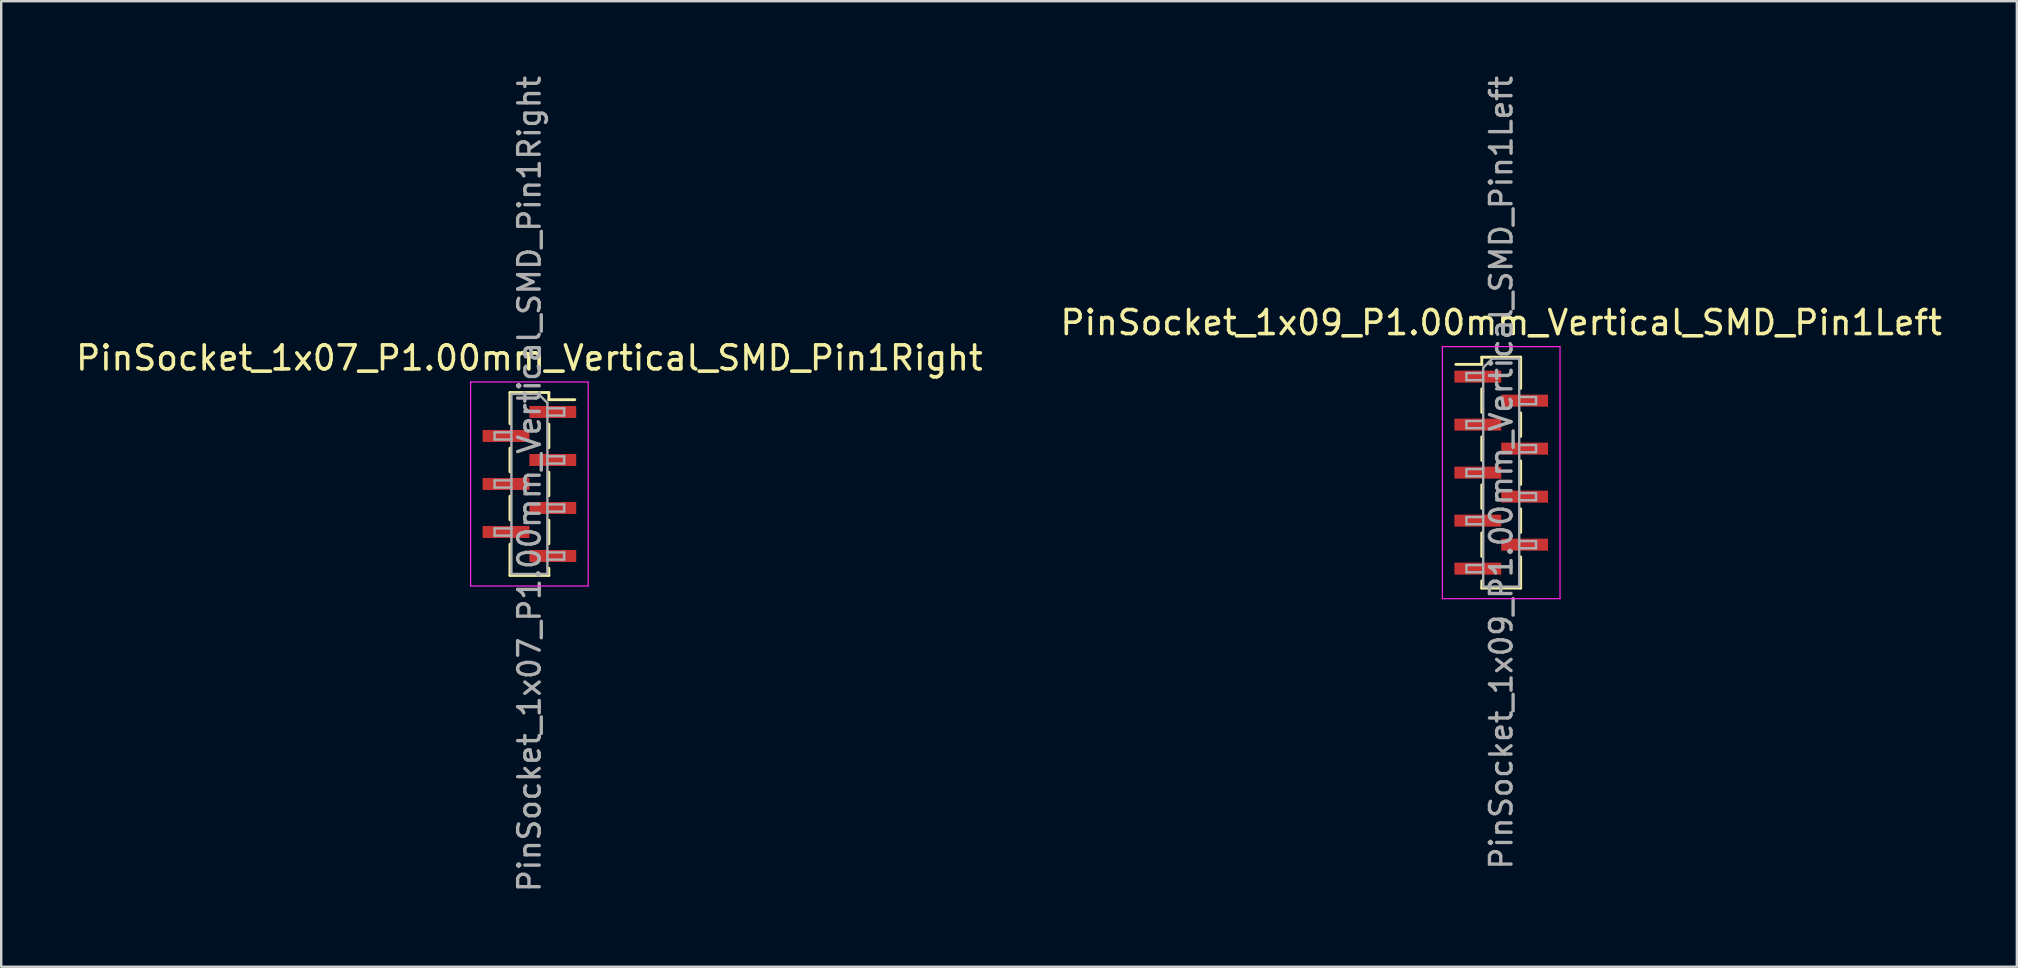
<source format=kicad_pcb>
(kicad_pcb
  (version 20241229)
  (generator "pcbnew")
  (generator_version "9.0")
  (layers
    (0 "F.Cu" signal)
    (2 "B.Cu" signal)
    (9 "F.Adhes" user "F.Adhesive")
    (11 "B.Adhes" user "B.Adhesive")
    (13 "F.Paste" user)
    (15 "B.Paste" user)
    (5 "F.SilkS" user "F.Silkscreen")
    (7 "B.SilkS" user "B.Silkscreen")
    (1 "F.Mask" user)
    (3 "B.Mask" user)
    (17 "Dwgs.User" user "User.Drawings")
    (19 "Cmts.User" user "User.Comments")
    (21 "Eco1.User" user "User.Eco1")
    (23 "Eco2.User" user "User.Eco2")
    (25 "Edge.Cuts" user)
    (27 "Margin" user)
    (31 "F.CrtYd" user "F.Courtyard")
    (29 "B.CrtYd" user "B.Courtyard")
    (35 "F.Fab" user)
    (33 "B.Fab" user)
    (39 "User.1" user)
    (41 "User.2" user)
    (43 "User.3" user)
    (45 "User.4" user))
  (footprint "PinSocket_1x09_P1.00mm_Vertical_SMD_Pin1Left"
    (layer "F.Cu")
    (at 59.494 16.641)
    (property "Reference" "PinSocket_1x09_P1.00mm_Vertical_SMD_Pin1Left" (at 0 -6.25 0) (layer "F.SilkS") (effects (font (size 1 1) (thickness 0.15))))
    (attr smd)
    (fp_line (start -1.89 -4.51) (end -0.81 -4.51) (stroke (width 0.12) (type solid)) (layer "F.SilkS"))
    (fp_line (start -0.81 -4.81) (end -0.81 -4.51) (stroke (width 0.12) (type solid)) (layer "F.SilkS"))
    (fp_line (start -0.81 -4.81) (end 0.81 -4.81) (stroke (width 0.12) (type solid)) (layer "F.SilkS"))
    (fp_line (start -0.81 -3.49) (end -0.81 -2.51) (stroke (width 0.12) (type solid)) (layer "F.SilkS"))
    (fp_line (start -0.81 -1.49) (end -0.81 -0.51) (stroke (width 0.12) (type solid)) (layer "F.SilkS"))
    (fp_line (start -0.81 0.51) (end -0.81 1.49) (stroke (width 0.12) (type solid)) (layer "F.SilkS"))
    (fp_line (start -0.81 2.51) (end -0.81 3.49) (stroke (width 0.12) (type solid)) (layer "F.SilkS"))
    (fp_line (start -0.81 4.51) (end -0.81 4.81) (stroke (width 0.12) (type solid)) (layer "F.SilkS"))
    (fp_line (start -0.81 4.81) (end 0.81 4.81) (stroke (width 0.12) (type solid)) (layer "F.SilkS"))
    (fp_line (start 0.81 -4.81) (end 0.81 -3.51) (stroke (width 0.12) (type solid)) (layer "F.SilkS"))
    (fp_line (start 0.81 -2.49) (end 0.81 -1.51) (stroke (width 0.12) (type solid)) (layer "F.SilkS"))
    (fp_line (start 0.81 -0.49) (end 0.81 0.49) (stroke (width 0.12) (type solid)) (layer "F.SilkS"))
    (fp_line (start 0.81 1.51) (end 0.81 2.49) (stroke (width 0.12) (type solid)) (layer "F.SilkS"))
    (fp_line (start 0.81 3.51) (end 0.81 4.81) (stroke (width 0.12) (type solid)) (layer "F.SilkS"))
    (fp_line (start -2.45 -5.25) (end 2.45 -5.25) (stroke (width 0.05) (type solid)) (layer "F.CrtYd"))
    (fp_line (start -2.45 5.25) (end -2.45 -5.25) (stroke (width 0.05) (type solid)) (layer "F.CrtYd"))
    (fp_line (start 2.45 -5.25) (end 2.45 5.25) (stroke (width 0.05) (type solid)) (layer "F.CrtYd"))
    (fp_line (start 2.45 5.25) (end -2.45 5.25) (stroke (width 0.05) (type solid)) (layer "F.CrtYd"))
    (fp_line (start -1.45 -4.15) (end -0.75 -4.15) (stroke (width 0.1) (type solid)) (layer "F.Fab"))
    (fp_line (start -1.45 -3.85) (end -1.45 -4.15) (stroke (width 0.1) (type solid)) (layer "F.Fab"))
    (fp_line (start -1.45 -2.15) (end -0.75 -2.15) (stroke (width 0.1) (type solid)) (layer "F.Fab"))
    (fp_line (start -1.45 -1.85) (end -1.45 -2.15) (stroke (width 0.1) (type solid)) (layer "F.Fab"))
    (fp_line (start -1.45 -0.15) (end -0.75 -0.15) (stroke (width 0.1) (type solid)) (layer "F.Fab"))
    (fp_line (start -1.45 0.15) (end -1.45 -0.15) (stroke (width 0.1) (type solid)) (layer "F.Fab"))
    (fp_line (start -1.45 1.85) (end -0.75 1.85) (stroke (width 0.1) (type solid)) (layer "F.Fab"))
    (fp_line (start -1.45 2.15) (end -1.45 1.85) (stroke (width 0.1) (type solid)) (layer "F.Fab"))
    (fp_line (start -1.45 3.85) (end -0.75 3.85) (stroke (width 0.1) (type solid)) (layer "F.Fab"))
    (fp_line (start -1.45 4.15) (end -1.45 3.85) (stroke (width 0.1) (type solid)) (layer "F.Fab"))
    (fp_line (start -0.75 -4.375) (end -0.375 -4.75) (stroke (width 0.1) (type solid)) (layer "F.Fab"))
    (fp_line (start -0.75 -3.85) (end -1.45 -3.85) (stroke (width 0.1) (type solid)) (layer "F.Fab"))
    (fp_line (start -0.75 -1.85) (end -1.45 -1.85) (stroke (width 0.1) (type solid)) (layer "F.Fab"))
    (fp_line (start -0.75 0.15) (end -1.45 0.15) (stroke (width 0.1) (type solid)) (layer "F.Fab"))
    (fp_line (start -0.75 2.15) (end -1.45 2.15) (stroke (width 0.1) (type solid)) (layer "F.Fab"))
    (fp_line (start -0.75 4.15) (end -1.45 4.15) (stroke (width 0.1) (type solid)) (layer "F.Fab"))
    (fp_line (start -0.75 4.75) (end -0.75 -4.375) (stroke (width 0.1) (type solid)) (layer "F.Fab"))
    (fp_line (start -0.375 -4.75) (end 0.75 -4.75) (stroke (width 0.1) (type solid)) (layer "F.Fab"))
    (fp_line (start 0.75 -4.75) (end 0.75 4.75) (stroke (width 0.1) (type solid)) (layer "F.Fab"))
    (fp_line (start 0.75 -3.15) (end 1.45 -3.15) (stroke (width 0.1) (type solid)) (layer "F.Fab"))
    (fp_line (start 0.75 -1.15) (end 1.45 -1.15) (stroke (width 0.1) (type solid)) (layer "F.Fab"))
    (fp_line (start 0.75 0.85) (end 1.45 0.85) (stroke (width 0.1) (type solid)) (layer "F.Fab"))
    (fp_line (start 0.75 2.85) (end 1.45 2.85) (stroke (width 0.1) (type solid)) (layer "F.Fab"))
    (fp_line (start 0.75 4.75) (end -0.75 4.75) (stroke (width 0.1) (type solid)) (layer "F.Fab"))
    (fp_line (start 1.45 -3.15) (end 1.45 -2.85) (stroke (width 0.1) (type solid)) (layer "F.Fab"))
    (fp_line (start 1.45 -2.85) (end 0.75 -2.85) (stroke (width 0.1) (type solid)) (layer "F.Fab"))
    (fp_line (start 1.45 -1.15) (end 1.45 -0.85) (stroke (width 0.1) (type solid)) (layer "F.Fab"))
    (fp_line (start 1.45 -0.85) (end 0.75 -0.85) (stroke (width 0.1) (type solid)) (layer "F.Fab"))
    (fp_line (start 1.45 0.85) (end 1.45 1.15) (stroke (width 0.1) (type solid)) (layer "F.Fab"))
    (fp_line (start 1.45 1.15) (end 0.75 1.15) (stroke (width 0.1) (type solid)) (layer "F.Fab"))
    (fp_line (start 1.45 2.85) (end 1.45 3.15) (stroke (width 0.1) (type solid)) (layer "F.Fab"))
    (fp_line (start 1.45 3.15) (end 0.75 3.15) (stroke (width 0.1) (type solid)) (layer "F.Fab"))
    (fp_text user "${REFERENCE}" (at 0 0 90) (layer "F.Fab") (effects (font (size 0.9 0.9) (thickness 0.14))))
    (pad "1" smd rect (at -0.975 -4) (size 1.95 0.5) (layers "F.Cu" "F.Mask" "F.Paste"))
    (pad "2" smd rect (at 0.975 -3) (size 1.95 0.5) (layers "F.Cu" "F.Mask" "F.Paste"))
    (pad "3" smd rect (at -0.975 -2) (size 1.95 0.5) (layers "F.Cu" "F.Mask" "F.Paste"))
    (pad "4" smd rect (at 0.975 -1) (size 1.95 0.5) (layers "F.Cu" "F.Mask" "F.Paste"))
    (pad "5" smd rect (at -0.975 0) (size 1.95 0.5) (layers "F.Cu" "F.Mask" "F.Paste"))
    (pad "6" smd rect (at 0.975 1) (size 1.95 0.5) (layers "F.Cu" "F.Mask" "F.Paste"))
    (pad "7" smd rect (at -0.975 2) (size 1.95 0.5) (layers "F.Cu" "F.Mask" "F.Paste"))
    (pad "8" smd rect (at 0.975 3) (size 1.95 0.5) (layers "F.Cu" "F.Mask" "F.Paste"))
    (pad "9" smd rect (at -0.975 4) (size 1.95 0.5) (layers "F.Cu" "F.Mask" "F.Paste")))
  (footprint "PinSocket_1x07_P1.00mm_Vertical_SMD_Pin1Right"
    (layer "F.Cu")
    (at 19.006 17.113)
    (property "Reference" "PinSocket_1x07_P1.00mm_Vertical_SMD_Pin1Right" (at 0 -5.25 0) (layer "F.SilkS") (effects (font (size 1 1) (thickness 0.15))))
    (attr smd)
    (fp_line (start -0.81 -3.81) (end -0.81 -2.51) (stroke (width 0.12) (type solid)) (layer "F.SilkS"))
    (fp_line (start -0.81 -3.81) (end 0.81 -3.81) (stroke (width 0.12) (type solid)) (layer "F.SilkS"))
    (fp_line (start -0.81 -1.49) (end -0.81 -0.51) (stroke (width 0.12) (type solid)) (layer "F.SilkS"))
    (fp_line (start -0.81 0.51) (end -0.81 1.49) (stroke (width 0.12) (type solid)) (layer "F.SilkS"))
    (fp_line (start -0.81 2.51) (end -0.81 3.81) (stroke (width 0.12) (type solid)) (layer "F.SilkS"))
    (fp_line (start -0.81 3.81) (end 0.81 3.81) (stroke (width 0.12) (type solid)) (layer "F.SilkS"))
    (fp_line (start 0.81 -3.81) (end 0.81 -3.51) (stroke (width 0.12) (type solid)) (layer "F.SilkS"))
    (fp_line (start 0.81 -3.51) (end 1.89 -3.51) (stroke (width 0.12) (type solid)) (layer "F.SilkS"))
    (fp_line (start 0.81 -2.49) (end 0.81 -1.51) (stroke (width 0.12) (type solid)) (layer "F.SilkS"))
    (fp_line (start 0.81 -0.49) (end 0.81 0.49) (stroke (width 0.12) (type solid)) (layer "F.SilkS"))
    (fp_line (start 0.81 1.51) (end 0.81 2.49) (stroke (width 0.12) (type solid)) (layer "F.SilkS"))
    (fp_line (start 0.81 3.51) (end 0.81 3.81) (stroke (width 0.12) (type solid)) (layer "F.SilkS"))
    (fp_line (start -2.45 -4.25) (end 2.45 -4.25) (stroke (width 0.05) (type solid)) (layer "F.CrtYd"))
    (fp_line (start -2.45 4.25) (end -2.45 -4.25) (stroke (width 0.05) (type solid)) (layer "F.CrtYd"))
    (fp_line (start 2.45 -4.25) (end 2.45 4.25) (stroke (width 0.05) (type solid)) (layer "F.CrtYd"))
    (fp_line (start 2.45 4.25) (end -2.45 4.25) (stroke (width 0.05) (type solid)) (layer "F.CrtYd"))
    (fp_line (start -1.45 -2.15) (end -0.75 -2.15) (stroke (width 0.1) (type solid)) (layer "F.Fab"))
    (fp_line (start -1.45 -1.85) (end -1.45 -2.15) (stroke (width 0.1) (type solid)) (layer "F.Fab"))
    (fp_line (start -1.45 -0.15) (end -0.75 -0.15) (stroke (width 0.1) (type solid)) (layer "F.Fab"))
    (fp_line (start -1.45 0.15) (end -1.45 -0.15) (stroke (width 0.1) (type solid)) (layer "F.Fab"))
    (fp_line (start -1.45 1.85) (end -0.75 1.85) (stroke (width 0.1) (type solid)) (layer "F.Fab"))
    (fp_line (start -1.45 2.15) (end -1.45 1.85) (stroke (width 0.1) (type solid)) (layer "F.Fab"))
    (fp_line (start -0.75 -3.75) (end 0.375 -3.75) (stroke (width 0.1) (type solid)) (layer "F.Fab"))
    (fp_line (start -0.75 -1.85) (end -1.45 -1.85) (stroke (width 0.1) (type solid)) (layer "F.Fab"))
    (fp_line (start -0.75 0.15) (end -1.45 0.15) (stroke (width 0.1) (type solid)) (layer "F.Fab"))
    (fp_line (start -0.75 2.15) (end -1.45 2.15) (stroke (width 0.1) (type solid)) (layer "F.Fab"))
    (fp_line (start -0.75 3.75) (end -0.75 -3.75) (stroke (width 0.1) (type solid)) (layer "F.Fab"))
    (fp_line (start 0.375 -3.75) (end 0.75 -3.375) (stroke (width 0.1) (type solid)) (layer "F.Fab"))
    (fp_line (start 0.75 -3.375) (end 0.75 3.75) (stroke (width 0.1) (type solid)) (layer "F.Fab"))
    (fp_line (start 0.75 -3.15) (end 1.45 -3.15) (stroke (width 0.1) (type solid)) (layer "F.Fab"))
    (fp_line (start 0.75 -1.15) (end 1.45 -1.15) (stroke (width 0.1) (type solid)) (layer "F.Fab"))
    (fp_line (start 0.75 0.85) (end 1.45 0.85) (stroke (width 0.1) (type solid)) (layer "F.Fab"))
    (fp_line (start 0.75 2.85) (end 1.45 2.85) (stroke (width 0.1) (type solid)) (layer "F.Fab"))
    (fp_line (start 0.75 3.75) (end -0.75 3.75) (stroke (width 0.1) (type solid)) (layer "F.Fab"))
    (fp_line (start 1.45 -3.15) (end 1.45 -2.85) (stroke (width 0.1) (type solid)) (layer "F.Fab"))
    (fp_line (start 1.45 -2.85) (end 0.75 -2.85) (stroke (width 0.1) (type solid)) (layer "F.Fab"))
    (fp_line (start 1.45 -1.15) (end 1.45 -0.85) (stroke (width 0.1) (type solid)) (layer "F.Fab"))
    (fp_line (start 1.45 -0.85) (end 0.75 -0.85) (stroke (width 0.1) (type solid)) (layer "F.Fab"))
    (fp_line (start 1.45 0.85) (end 1.45 1.15) (stroke (width 0.1) (type solid)) (layer "F.Fab"))
    (fp_line (start 1.45 1.15) (end 0.75 1.15) (stroke (width 0.1) (type solid)) (layer "F.Fab"))
    (fp_line (start 1.45 2.85) (end 1.45 3.15) (stroke (width 0.1) (type solid)) (layer "F.Fab"))
    (fp_line (start 1.45 3.15) (end 0.75 3.15) (stroke (width 0.1) (type solid)) (layer "F.Fab"))
    (fp_text user "${REFERENCE}" (at 0 0 90) (layer "F.Fab") (effects (font (size 0.9 0.9) (thickness 0.14))))
    (pad "1" smd rect (at 0.975 -3) (size 1.95 0.5) (layers "F.Cu" "F.Mask" "F.Paste"))
    (pad "2" smd rect (at -0.975 -2) (size 1.95 0.5) (layers "F.Cu" "F.Mask" "F.Paste"))
    (pad "3" smd rect (at 0.975 -1) (size 1.95 0.5) (layers "F.Cu" "F.Mask" "F.Paste"))
    (pad "4" smd rect (at -0.975 0) (size 1.95 0.5) (layers "F.Cu" "F.Mask" "F.Paste"))
    (pad "5" smd rect (at 0.975 1) (size 1.95 0.5) (layers "F.Cu" "F.Mask" "F.Paste"))
    (pad "6" smd rect (at -0.975 2) (size 1.95 0.5) (layers "F.Cu" "F.Mask" "F.Paste"))
    (pad "7" smd rect (at 0.975 3) (size 1.95 0.5) (layers "F.Cu" "F.Mask" "F.Paste")))
  (gr_rect
    (start -3 -3)
    (end 80.976 37.226)
    (stroke (width 0.1) (type default))
    (fill no)
    (layer "Edge.Cuts")))
</source>
